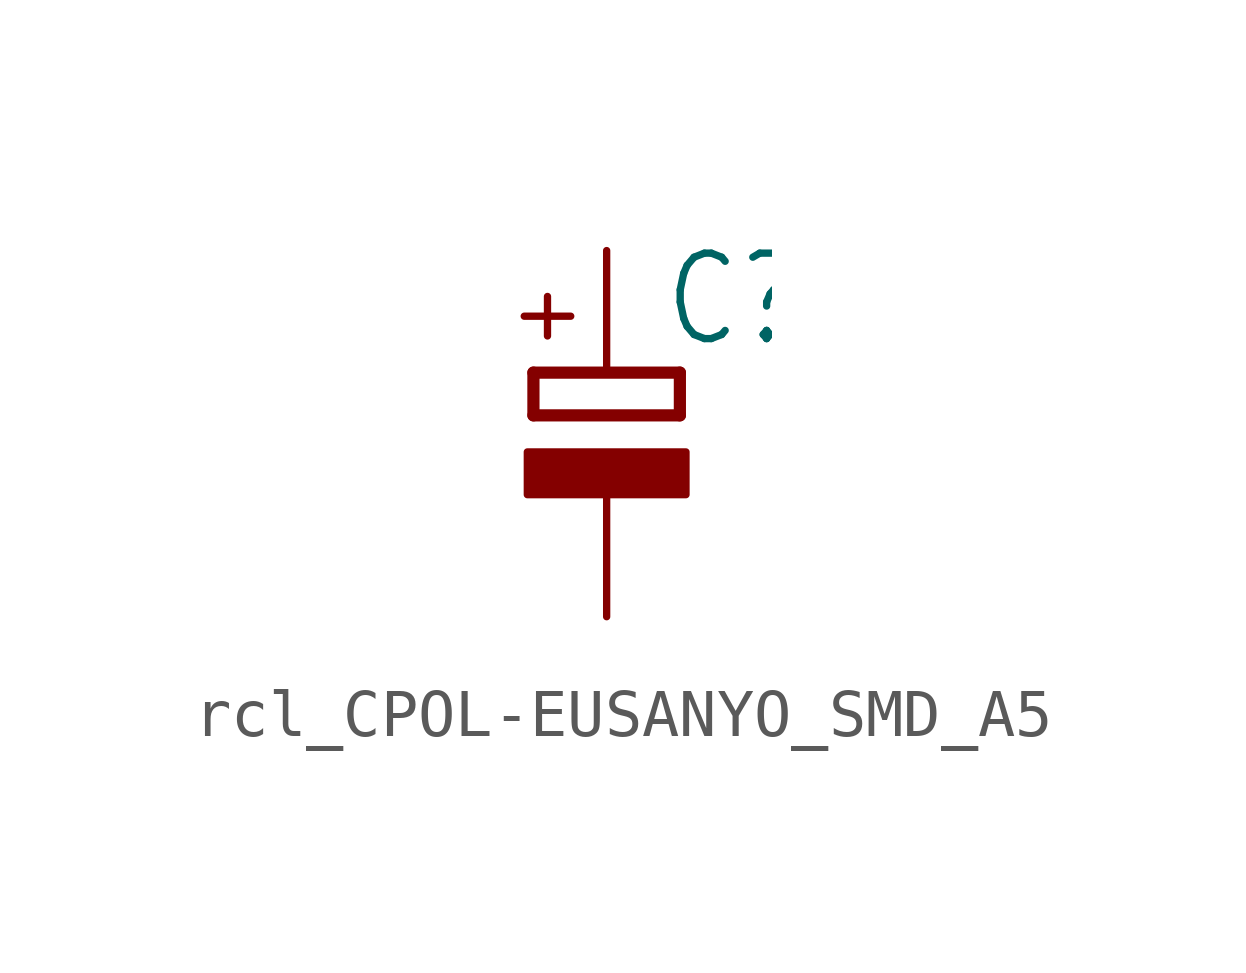
<source format=kicad_sym>
(kicad_symbol_lib
  (version 20231120)
  (generator "kicad_symbol_editor")
  (generator_version "8.0")
  (symbol "rcl_CPOL-EUSANYO_SMD_A5"
    (property "Reference" "C"
      (at 1.143 0.483 0)
      (effects (font (size 1.778 1.511)) (justify left bottom)))
    (property "Value" ""
      (at 1.143 -4.597 0)
      (effects (font (size 1.778 1.511)) (justify left bottom)))
    (property "ki_locked" ""
      (at 0 0 0)
      (effects (font (size 1.27 1.27))))
    (symbol "rcl_CPOL-EUSANYO_SMD_A5_1_0"
      (rectangle (start -1.651 -2.54) (end 1.651 -1.651) (stroke (width 0) (type default)) (fill (type outline)))
      (polyline (pts (xy -1.524 -0.889) (xy 1.524 -0.889)) (stroke (width 0.254) (type solid)) (fill (type none)))
      (polyline (pts (xy -1.524 0) (xy -1.524 -0.889)) (stroke (width 0.254) (type solid)) (fill (type none)))
      (polyline (pts (xy -1.524 0) (xy 1.524 0)) (stroke (width 0.254) (type solid)) (fill (type none)))
      (polyline (pts (xy 1.524 -0.889) (xy 1.524 0)) (stroke (width 0.254) (type solid)) (fill (type none)))
      (text "+" (at -0.584 0.406 900) (effects (font (size 1.27 1.079)) (justify left bottom)))
      (pin passive line (at 0 2.54 270) (length 2.54) (name "+" (effects (font (size 0 0)))) (number "+" (effects (font (size 0 0)))))
      (pin passive line (at 0 -5.08 90) (length 2.54) (name "-" (effects (font (size 0 0)))) (number "-" (effects (font (size 0 0))))))))
</source>
